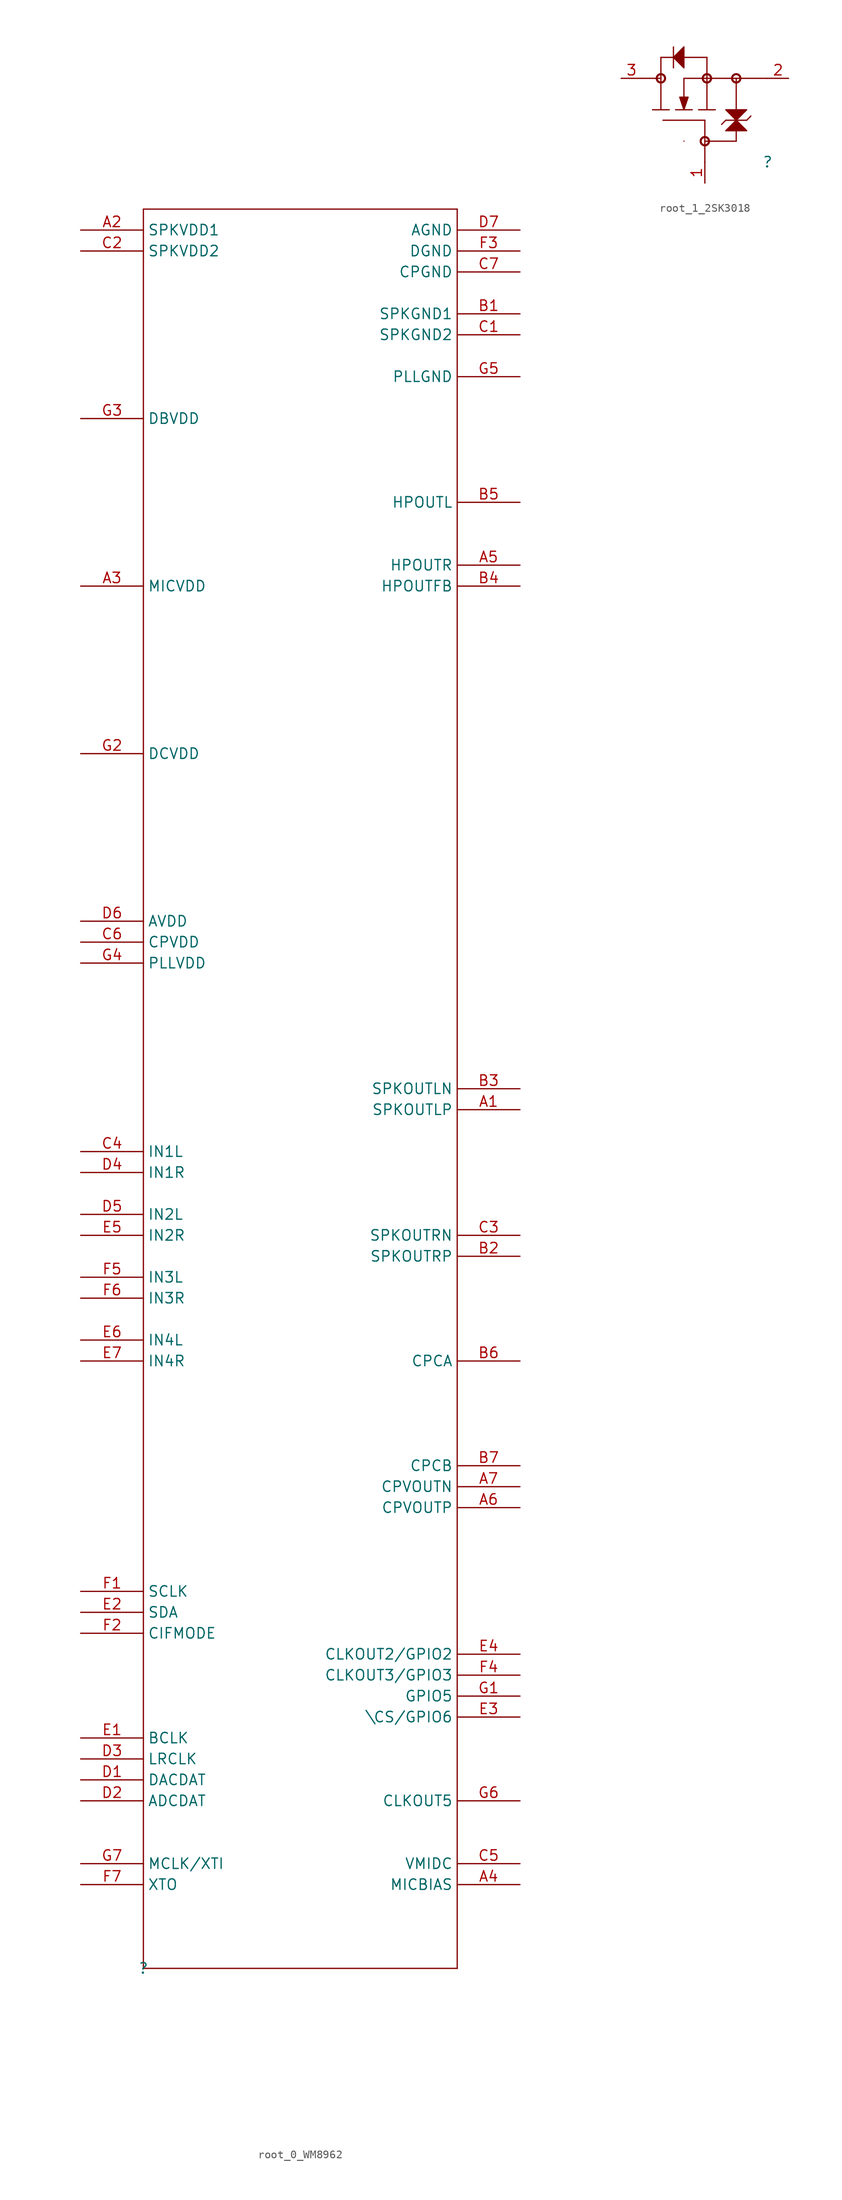
<source format=kicad_sym>
(kicad_symbol_lib
  (version 20220914)
  (generator kicad_symbol_editor)
  (symbol "root_0_WM8962"
    (property "Reference" ""
      (at 0 0 0)
      (effects (font (size 1.27 1.27))))
    (property "Value" ""
      (at 0 0 0)
      (effects (font (size 1.27 1.27))))
    (symbol "root_0_WM8962_1_0"
      (polyline (pts (xy 0 0) (xy 0 213.36)) (stroke (width 0) (type solid)) (fill (type none)))
      (polyline (pts (xy 0 213.36) (xy 38.1 213.36)) (stroke (width 0) (type solid)) (fill (type none)))
      (polyline (pts (xy 38.1 0) (xy 0 0)) (stroke (width 0) (type solid)) (fill (type none)))
      (polyline (pts (xy 38.1 213.36) (xy 38.1 0)) (stroke (width 0) (type solid)) (fill (type none)))
      (pin passive line (at 45.72 104.14 180) (length 7.62) (name "SPKOUTLP" (effects (font (size 1.27 1.27)))) (number "A1" (effects (font (size 1.27 1.27)))))
      (pin power_in line (at -7.62 210.82 0) (length 7.62) (name "SPKVDD1" (effects (font (size 1.27 1.27)))) (number "A2" (effects (font (size 1.27 1.27)))))
      (pin power_in line (at -7.62 167.64 0) (length 7.62) (name "MICVDD" (effects (font (size 1.27 1.27)))) (number "A3" (effects (font (size 1.27 1.27)))))
      (pin passive line (at 45.72 10.16 180) (length 7.62) (name "MICBIAS" (effects (font (size 1.27 1.27)))) (number "A4" (effects (font (size 1.27 1.27)))))
      (pin passive line (at 45.72 170.18 180) (length 7.62) (name "HPOUTR" (effects (font (size 1.27 1.27)))) (number "A5" (effects (font (size 1.27 1.27)))))
      (pin power_in line (at 45.72 55.88 180) (length 7.62) (name "CPVOUTP" (effects (font (size 1.27 1.27)))) (number "A6" (effects (font (size 1.27 1.27)))))
      (pin power_in line (at 45.72 58.42 180) (length 7.62) (name "CPVOUTN" (effects (font (size 1.27 1.27)))) (number "A7" (effects (font (size 1.27 1.27)))))
      (pin power_in line (at 45.72 200.66 180) (length 7.62) (name "SPKGND1" (effects (font (size 1.27 1.27)))) (number "B1" (effects (font (size 1.27 1.27)))))
      (pin passive line (at 45.72 86.36 180) (length 7.62) (name "SPKOUTRP" (effects (font (size 1.27 1.27)))) (number "B2" (effects (font (size 1.27 1.27)))))
      (pin passive line (at 45.72 106.68 180) (length 7.62) (name "SPKOUTLN" (effects (font (size 1.27 1.27)))) (number "B3" (effects (font (size 1.27 1.27)))))
      (pin passive line (at 45.72 167.64 180) (length 7.62) (name "HPOUTFB" (effects (font (size 1.27 1.27)))) (number "B4" (effects (font (size 1.27 1.27)))))
      (pin passive line (at 45.72 177.8 180) (length 7.62) (name "HPOUTL" (effects (font (size 1.27 1.27)))) (number "B5" (effects (font (size 1.27 1.27)))))
      (pin passive line (at 45.72 73.66 180) (length 7.62) (name "CPCA" (effects (font (size 1.27 1.27)))) (number "B6" (effects (font (size 1.27 1.27)))))
      (pin passive line (at 45.72 60.96 180) (length 7.62) (name "CPCB" (effects (font (size 1.27 1.27)))) (number "B7" (effects (font (size 1.27 1.27)))))
      (pin power_in line (at 45.72 198.12 180) (length 7.62) (name "SPKGND2" (effects (font (size 1.27 1.27)))) (number "C1" (effects (font (size 1.27 1.27)))))
      (pin power_in line (at -7.62 208.28 0) (length 7.62) (name "SPKVDD2" (effects (font (size 1.27 1.27)))) (number "C2" (effects (font (size 1.27 1.27)))))
      (pin passive line (at 45.72 88.9 180) (length 7.62) (name "SPKOUTRN" (effects (font (size 1.27 1.27)))) (number "C3" (effects (font (size 1.27 1.27)))))
      (pin passive line (at -7.62 99.06 0) (length 7.62) (name "IN1L" (effects (font (size 1.27 1.27)))) (number "C4" (effects (font (size 1.27 1.27)))))
      (pin power_in line (at 45.72 12.7 180) (length 7.62) (name "VMIDC" (effects (font (size 1.27 1.27)))) (number "C5" (effects (font (size 1.27 1.27)))))
      (pin power_in line (at -7.62 124.46 0) (length 7.62) (name "CPVDD" (effects (font (size 1.27 1.27)))) (number "C6" (effects (font (size 1.27 1.27)))))
      (pin power_in line (at 45.72 205.74 180) (length 7.62) (name "CPGND" (effects (font (size 1.27 1.27)))) (number "C7" (effects (font (size 1.27 1.27)))))
      (pin passive line (at -7.62 22.86 0) (length 7.62) (name "DACDAT" (effects (font (size 1.27 1.27)))) (number "D1" (effects (font (size 1.27 1.27)))))
      (pin passive line (at -7.62 20.32 0) (length 7.62) (name "ADCDAT" (effects (font (size 1.27 1.27)))) (number "D2" (effects (font (size 1.27 1.27)))))
      (pin bidirectional line (at -7.62 25.4 0) (length 7.62) (name "LRCLK" (effects (font (size 1.27 1.27)))) (number "D3" (effects (font (size 1.27 1.27)))))
      (pin passive line (at -7.62 96.52 0) (length 7.62) (name "IN1R" (effects (font (size 1.27 1.27)))) (number "D4" (effects (font (size 1.27 1.27)))))
      (pin passive line (at -7.62 91.44 0) (length 7.62) (name "IN2L" (effects (font (size 1.27 1.27)))) (number "D5" (effects (font (size 1.27 1.27)))))
      (pin power_in line (at -7.62 127 0) (length 7.62) (name "AVDD" (effects (font (size 1.27 1.27)))) (number "D6" (effects (font (size 1.27 1.27)))))
      (pin power_in line (at 45.72 210.82 180) (length 7.62) (name "AGND" (effects (font (size 1.27 1.27)))) (number "D7" (effects (font (size 1.27 1.27)))))
      (pin bidirectional line (at -7.62 27.94 0) (length 7.62) (name "BCLK" (effects (font (size 1.27 1.27)))) (number "E1" (effects (font (size 1.27 1.27)))))
      (pin bidirectional line (at -7.62 43.18 0) (length 7.62) (name "SDA" (effects (font (size 1.27 1.27)))) (number "E2" (effects (font (size 1.27 1.27)))))
      (pin bidirectional line (at 45.72 30.48 180) (length 7.62) (name "\\CS/GPIO6" (effects (font (size 1.27 1.27)))) (number "E3" (effects (font (size 1.27 1.27)))))
      (pin bidirectional line (at 45.72 38.1 180) (length 7.62) (name "CLKOUT2/GPIO2" (effects (font (size 1.27 1.27)))) (number "E4" (effects (font (size 1.27 1.27)))))
      (pin passive line (at -7.62 88.9 0) (length 7.62) (name "IN2R" (effects (font (size 1.27 1.27)))) (number "E5" (effects (font (size 1.27 1.27)))))
      (pin passive line (at -7.62 76.2 0) (length 7.62) (name "IN4L" (effects (font (size 1.27 1.27)))) (number "E6" (effects (font (size 1.27 1.27)))))
      (pin passive line (at -7.62 73.66 0) (length 7.62) (name "IN4R" (effects (font (size 1.27 1.27)))) (number "E7" (effects (font (size 1.27 1.27)))))
      (pin passive line (at -7.62 45.72 0) (length 7.62) (name "SCLK" (effects (font (size 1.27 1.27)))) (number "F1" (effects (font (size 1.27 1.27)))))
      (pin passive line (at -7.62 40.64 0) (length 7.62) (name "CIFMODE" (effects (font (size 1.27 1.27)))) (number "F2" (effects (font (size 1.27 1.27)))))
      (pin power_in line (at 45.72 208.28 180) (length 7.62) (name "DGND" (effects (font (size 1.27 1.27)))) (number "F3" (effects (font (size 1.27 1.27)))))
      (pin bidirectional line (at 45.72 35.56 180) (length 7.62) (name "CLKOUT3/GPIO3" (effects (font (size 1.27 1.27)))) (number "F4" (effects (font (size 1.27 1.27)))))
      (pin passive line (at -7.62 83.82 0) (length 7.62) (name "IN3L" (effects (font (size 1.27 1.27)))) (number "F5" (effects (font (size 1.27 1.27)))))
      (pin passive line (at -7.62 81.28 0) (length 7.62) (name "IN3R" (effects (font (size 1.27 1.27)))) (number "F6" (effects (font (size 1.27 1.27)))))
      (pin passive line (at -7.62 10.16 0) (length 7.62) (name "XTO" (effects (font (size 1.27 1.27)))) (number "F7" (effects (font (size 1.27 1.27)))))
      (pin bidirectional line (at 45.72 33.02 180) (length 7.62) (name "GPIO5" (effects (font (size 1.27 1.27)))) (number "G1" (effects (font (size 1.27 1.27)))))
      (pin power_in line (at -7.62 147.32 0) (length 7.62) (name "DCVDD" (effects (font (size 1.27 1.27)))) (number "G2" (effects (font (size 1.27 1.27)))))
      (pin power_in line (at -7.62 187.96 0) (length 7.62) (name "DBVDD" (effects (font (size 1.27 1.27)))) (number "G3" (effects (font (size 1.27 1.27)))))
      (pin power_in line (at -7.62 121.92 0) (length 7.62) (name "PLLVDD" (effects (font (size 1.27 1.27)))) (number "G4" (effects (font (size 1.27 1.27)))))
      (pin power_in line (at 45.72 193.04 180) (length 7.62) (name "PLLGND" (effects (font (size 1.27 1.27)))) (number "G5" (effects (font (size 1.27 1.27)))))
      (pin passive line (at 45.72 20.32 180) (length 7.62) (name "CLKOUT5" (effects (font (size 1.27 1.27)))) (number "G6" (effects (font (size 1.27 1.27)))))
      (pin passive line (at -7.62 12.7 0) (length 7.62) (name "MCLK/XTI" (effects (font (size 1.27 1.27)))) (number "G7" (effects (font (size 1.27 1.27)))))))
  (symbol "root_1_2SK3018"
    (property "Reference" ""
      (at 0 0 0)
      (effects (font (size 1.27 1.27))))
    (property "Value" ""
      (at 0 0 0)
      (effects (font (size 1.27 1.27))))
    (symbol "root_1_2SK3018_1_0"
      (circle (center -12.954 10.16) (radius 0.508) (stroke (width 0.254) (type solid)) (fill (type none)))
      (circle (center -7.62 2.54) (radius 0.508) (stroke (width 0.254) (type solid)) (fill (type none)))
      (circle (center -7.366 10.16) (radius 0.508) (stroke (width 0.254) (type solid)) (fill (type none)))
      (circle (center -3.81 10.16) (radius 0.508) (stroke (width 0.254) (type solid)) (fill (type none)))
      (polyline (pts (xy -15.24 10.16) (xy -12.954 10.16)) (stroke (width 0) (type solid)) (fill (type none)))
      (polyline (pts (xy -12.954 12.7) (xy -12.954 6.35)) (stroke (width 0) (type solid)) (fill (type none)))
      (polyline (pts (xy -12.7 5.08) (xy -7.62 5.08)) (stroke (width 0) (type solid)) (fill (type none)))
      (polyline (pts (xy -11.938 6.35) (xy -13.97 6.35)) (stroke (width 0) (type solid)) (fill (type none)))
      (polyline (pts (xy -11.43 11.43) (xy -11.43 13.97)) (stroke (width 0) (type solid)) (fill (type none)))
      (polyline (pts (xy -11.43 12.7) (xy -12.954 12.7)) (stroke (width 0) (type solid)) (fill (type none)))
      (polyline (pts (xy -10.16 2.54) (xy -10.16 2.54)) (stroke (width 0) (type solid)) (fill (type none)))
      (polyline (pts (xy -10.16 7.62) (xy -10.16 10.16)) (stroke (width 0) (type solid)) (fill (type none)))
      (polyline (pts (xy -10.16 10.16) (xy -5.08 10.16)) (stroke (width 0) (type solid)) (fill (type none)))
      (polyline (pts (xy -9.144 6.35) (xy -11.176 6.35)) (stroke (width 0) (type solid)) (fill (type none)))
      (polyline (pts (xy -7.62 0) (xy -7.62 5.08)) (stroke (width 0) (type solid)) (fill (type none)))
      (polyline (pts (xy -7.366 6.35) (xy -7.366 12.7)) (stroke (width 0) (type solid)) (fill (type none)))
      (polyline (pts (xy -7.366 12.7) (xy -10.16 12.7)) (stroke (width 0) (type solid)) (fill (type none)))
      (polyline (pts (xy -6.35 6.35) (xy -8.382 6.35)) (stroke (width 0) (type solid)) (fill (type none)))
      (polyline (pts (xy -5.08 5.08) (xy -5.588 4.572)) (stroke (width 0) (type solid)) (fill (type none)))
      (polyline (pts (xy -5.08 10.16) (xy -3.81 10.16)) (stroke (width 0) (type solid)) (fill (type none)))
      (polyline (pts (xy -3.81 2.54) (xy -7.62 2.54)) (stroke (width 0) (type solid)) (fill (type none)))
      (polyline (pts (xy -3.81 10.16) (xy -3.81 2.54)) (stroke (width 0) (type solid)) (fill (type none)))
      (polyline (pts (xy -3.81 10.16) (xy 0 10.16)) (stroke (width 0) (type solid)) (fill (type none)))
      (polyline (pts (xy -2.54 5.08) (xy -5.08 5.08)) (stroke (width 0) (type solid)) (fill (type none)))
      (polyline (pts (xy -2.54 5.08) (xy -2.032 5.588)) (stroke (width 0) (type solid)) (fill (type none)))
      (polyline (pts (xy -10.16 6.35) (xy -10.668 7.874) (xy -9.652 7.874) (xy -10.16 6.35) (xy -10.16 6.35)) (stroke (width 0) (type solid)) (fill (type outline)))
      (polyline (pts (xy -10.16 11.43) (xy -10.16 13.97) (xy -11.43 12.7) (xy -10.16 11.43) (xy -10.16 11.43)) (stroke (width 0) (type solid)) (fill (type outline)))
      (polyline (pts (xy -2.54 3.81) (xy -5.08 3.81) (xy -3.81 5.08) (xy -2.54 3.81) (xy -2.54 3.81)) (stroke (width 0) (type solid)) (fill (type outline)))
      (polyline (pts (xy -2.54 6.35) (xy -5.08 6.35) (xy -3.81 5.08) (xy -2.54 6.35) (xy -2.54 6.35)) (stroke (width 0) (type solid)) (fill (type outline)))
      (pin passive line (at -7.62 -2.54 90) (length 2.54) (name "GATE" (effects (font (size 0 0)))) (number "1" (effects (font (size 1.27 1.27)))))
      (pin passive line (at 2.54 10.16 180) (length 2.54) (name "D" (effects (font (size 0 0)))) (number "2" (effects (font (size 1.27 1.27)))))
      (pin passive line (at -17.78 10.16 0) (length 2.54) (name "S" (effects (font (size 0 0)))) (number "3" (effects (font (size 1.27 1.27))))))))
</source>
